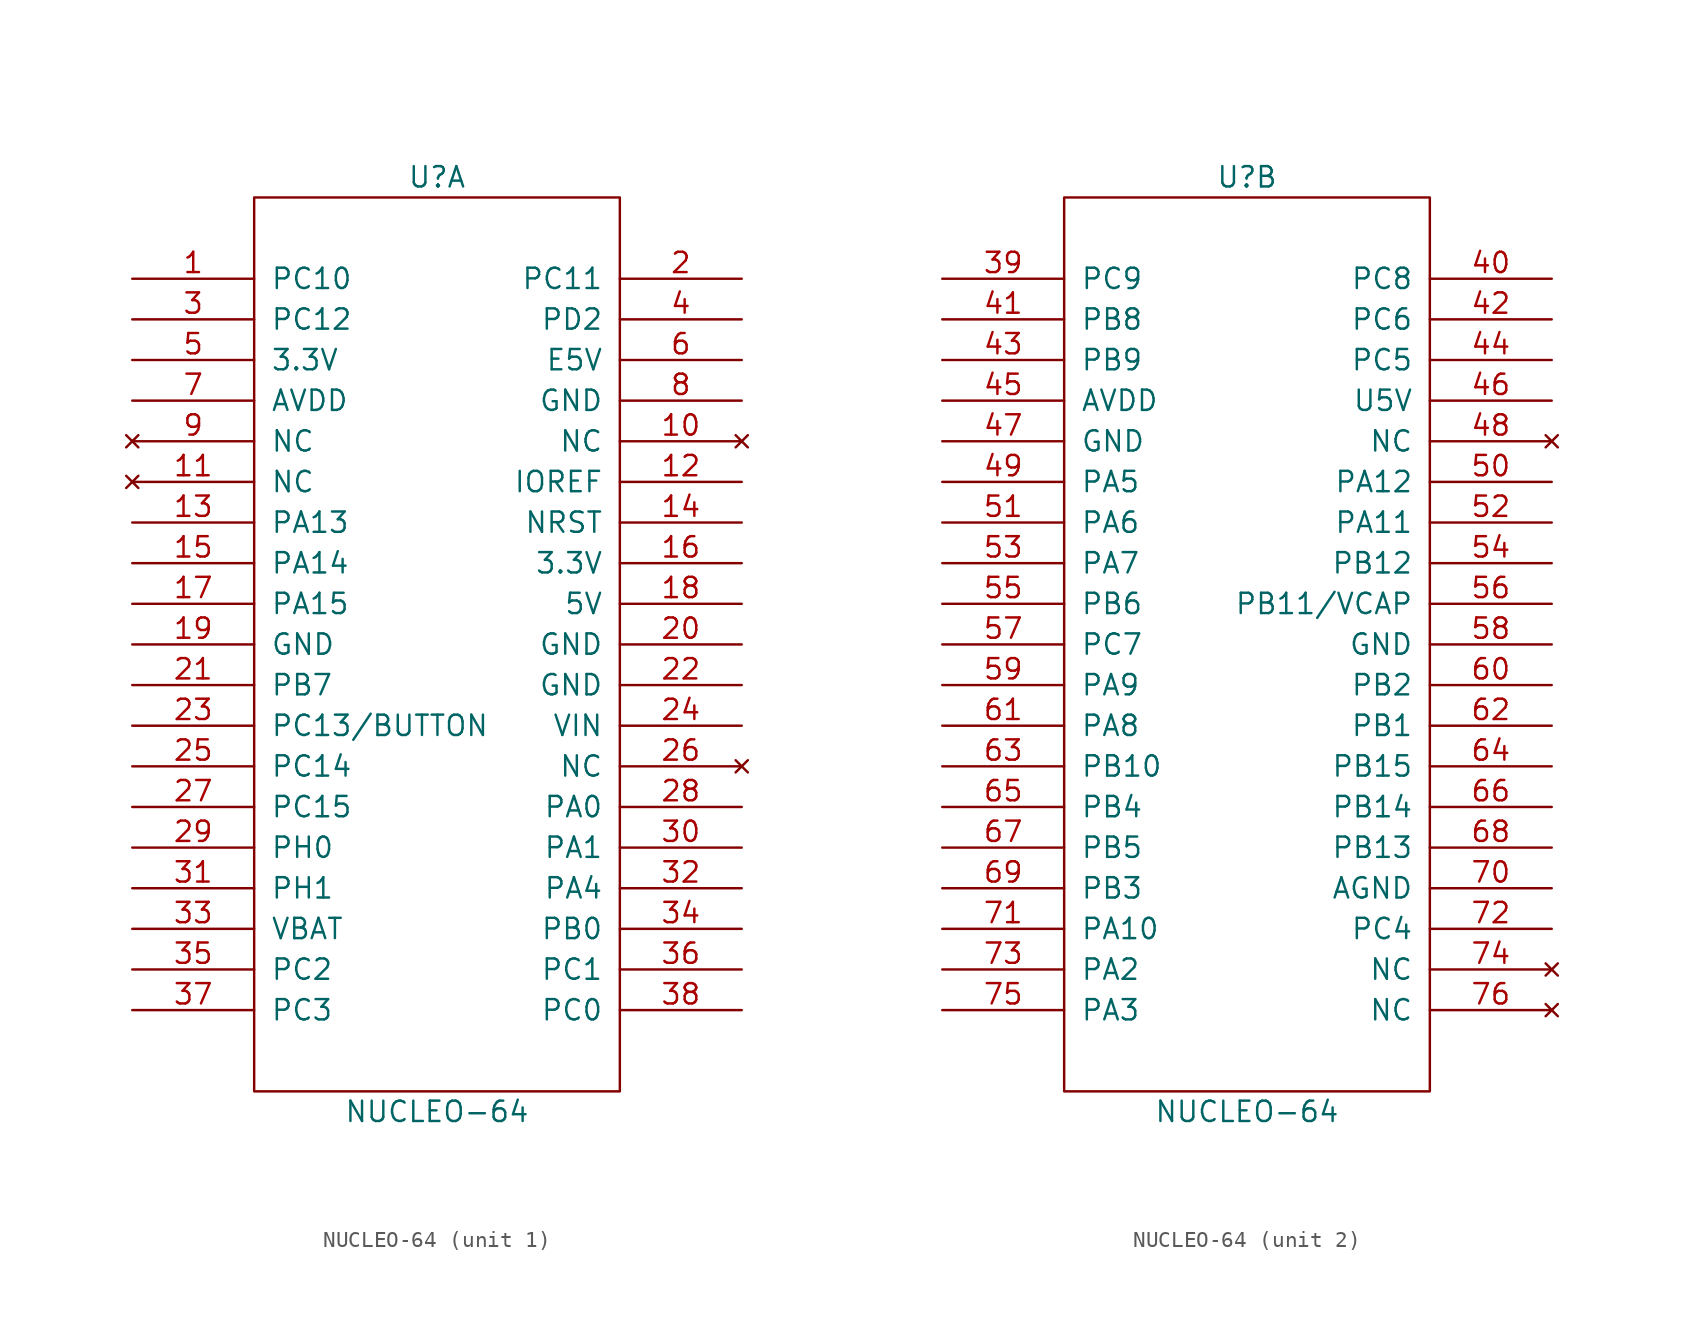
<source format=kicad_sym>
(kicad_symbol_lib
  (version 20220914)
  (generator kicad_symbol_editor)
  (symbol "NUCLEO-64"
    (pin_names
      (offset 1.016))
    (property "Reference" "U"
      (at 0 29.21 0)
      (effects (font (size 1.27 1.27))))
    (property "Value" "NUCLEO-64"
      (at 0 -29.21 0)
      (effects (font (size 1.27 1.27))))
    (symbol "NUCLEO-64_1_0"
      (rectangle (start -11.43 -27.94) (end 11.43 27.94) (stroke (width 0) (type solid)) (fill (type none))))
    (symbol "NUCLEO-64_1_1"
      (pin bidirectional line (at -19.05 22.86 0) (length 7.62) (name "PC10" (effects (font (size 1.27 1.27)))) (number "1" (effects (font (size 1.27 1.27)))))
      (pin no_connect line (at 19.05 12.7 180) (length 7.62) (name "NC" (effects (font (size 1.27 1.27)))) (number "10" (effects (font (size 1.27 1.27)))))
      (pin no_connect line (at -19.05 10.16 0) (length 7.62) (name "NC" (effects (font (size 1.27 1.27)))) (number "11" (effects (font (size 1.27 1.27)))))
      (pin power_out line (at 19.05 10.16 180) (length 7.62) (name "IOREF" (effects (font (size 1.27 1.27)))) (number "12" (effects (font (size 1.27 1.27)))))
      (pin bidirectional line (at -19.05 7.62 0) (length 7.62) (name "PA13" (effects (font (size 1.27 1.27)))) (number "13" (effects (font (size 1.27 1.27)))))
      (pin bidirectional line (at 19.05 7.62 180) (length 7.62) (name "NRST" (effects (font (size 1.27 1.27)))) (number "14" (effects (font (size 1.27 1.27)))))
      (pin bidirectional line (at -19.05 5.08 0) (length 7.62) (name "PA14" (effects (font (size 1.27 1.27)))) (number "15" (effects (font (size 1.27 1.27)))))
      (pin power_out line (at 19.05 5.08 180) (length 7.62) (name "3.3V" (effects (font (size 1.27 1.27)))) (number "16" (effects (font (size 1.27 1.27)))))
      (pin bidirectional line (at -19.05 2.54 0) (length 7.62) (name "PA15" (effects (font (size 1.27 1.27)))) (number "17" (effects (font (size 1.27 1.27)))))
      (pin power_out line (at 19.05 2.54 180) (length 7.62) (name "5V" (effects (font (size 1.27 1.27)))) (number "18" (effects (font (size 1.27 1.27)))))
      (pin power_in line (at -19.05 0 0) (length 7.62) (name "GND" (effects (font (size 1.27 1.27)))) (number "19" (effects (font (size 1.27 1.27)))))
      (pin bidirectional line (at 19.05 22.86 180) (length 7.62) (name "PC11" (effects (font (size 1.27 1.27)))) (number "2" (effects (font (size 1.27 1.27)))))
      (pin power_in line (at 19.05 0 180) (length 7.62) (name "GND" (effects (font (size 1.27 1.27)))) (number "20" (effects (font (size 1.27 1.27)))))
      (pin bidirectional line (at -19.05 -2.54 0) (length 7.62) (name "PB7" (effects (font (size 1.27 1.27)))) (number "21" (effects (font (size 1.27 1.27)))))
      (pin power_in line (at 19.05 -2.54 180) (length 7.62) (name "GND" (effects (font (size 1.27 1.27)))) (number "22" (effects (font (size 1.27 1.27)))))
      (pin bidirectional line (at -19.05 -5.08 0) (length 7.62) (name "PC13/BUTTON" (effects (font (size 1.27 1.27)))) (number "23" (effects (font (size 1.27 1.27)))))
      (pin bidirectional line (at 19.05 -5.08 180) (length 7.62) (name "VIN" (effects (font (size 1.27 1.27)))) (number "24" (effects (font (size 1.27 1.27)))))
      (pin bidirectional line (at -19.05 -7.62 0) (length 7.62) (name "PC14" (effects (font (size 1.27 1.27)))) (number "25" (effects (font (size 1.27 1.27)))))
      (pin no_connect line (at 19.05 -7.62 180) (length 7.62) (name "NC" (effects (font (size 1.27 1.27)))) (number "26" (effects (font (size 1.27 1.27)))))
      (pin bidirectional line (at -19.05 -10.16 0) (length 7.62) (name "PC15" (effects (font (size 1.27 1.27)))) (number "27" (effects (font (size 1.27 1.27)))))
      (pin bidirectional line (at 19.05 -10.16 180) (length 7.62) (name "PA0" (effects (font (size 1.27 1.27)))) (number "28" (effects (font (size 1.27 1.27)))))
      (pin bidirectional line (at -19.05 -12.7 0) (length 7.62) (name "PH0" (effects (font (size 1.27 1.27)))) (number "29" (effects (font (size 1.27 1.27)))))
      (pin bidirectional line (at -19.05 20.32 0) (length 7.62) (name "PC12" (effects (font (size 1.27 1.27)))) (number "3" (effects (font (size 1.27 1.27)))))
      (pin bidirectional line (at 19.05 -12.7 180) (length 7.62) (name "PA1" (effects (font (size 1.27 1.27)))) (number "30" (effects (font (size 1.27 1.27)))))
      (pin bidirectional line (at -19.05 -15.24 0) (length 7.62) (name "PH1" (effects (font (size 1.27 1.27)))) (number "31" (effects (font (size 1.27 1.27)))))
      (pin bidirectional line (at 19.05 -15.24 180) (length 7.62) (name "PA4" (effects (font (size 1.27 1.27)))) (number "32" (effects (font (size 1.27 1.27)))))
      (pin power_in line (at -19.05 -17.78 0) (length 7.62) (name "VBAT" (effects (font (size 1.27 1.27)))) (number "33" (effects (font (size 1.27 1.27)))))
      (pin bidirectional line (at 19.05 -17.78 180) (length 7.62) (name "PB0" (effects (font (size 1.27 1.27)))) (number "34" (effects (font (size 1.27 1.27)))))
      (pin bidirectional line (at -19.05 -20.32 0) (length 7.62) (name "PC2" (effects (font (size 1.27 1.27)))) (number "35" (effects (font (size 1.27 1.27)))))
      (pin bidirectional line (at 19.05 -20.32 180) (length 7.62) (name "PC1" (effects (font (size 1.27 1.27)))) (number "36" (effects (font (size 1.27 1.27)))))
      (pin bidirectional line (at -19.05 -22.86 0) (length 7.62) (name "PC3" (effects (font (size 1.27 1.27)))) (number "37" (effects (font (size 1.27 1.27)))))
      (pin bidirectional line (at 19.05 -22.86 180) (length 7.62) (name "PC0" (effects (font (size 1.27 1.27)))) (number "38" (effects (font (size 1.27 1.27)))))
      (pin bidirectional line (at 19.05 20.32 180) (length 7.62) (name "PD2" (effects (font (size 1.27 1.27)))) (number "4" (effects (font (size 1.27 1.27)))))
      (pin power_in line (at -19.05 17.78 0) (length 7.62) (name "3.3V" (effects (font (size 1.27 1.27)))) (number "5" (effects (font (size 1.27 1.27)))))
      (pin power_in line (at 19.05 17.78 180) (length 7.62) (name "E5V" (effects (font (size 1.27 1.27)))) (number "6" (effects (font (size 1.27 1.27)))))
      (pin power_in line (at -19.05 15.24 0) (length 7.62) (name "AVDD" (effects (font (size 1.27 1.27)))) (number "7" (effects (font (size 1.27 1.27)))))
      (pin power_in line (at 19.05 15.24 180) (length 7.62) (name "GND" (effects (font (size 1.27 1.27)))) (number "8" (effects (font (size 1.27 1.27)))))
      (pin no_connect line (at -19.05 12.7 0) (length 7.62) (name "NC" (effects (font (size 1.27 1.27)))) (number "9" (effects (font (size 1.27 1.27))))))
    (symbol "NUCLEO-64_2_0"
      (rectangle (start -11.43 -27.94) (end 11.43 27.94) (stroke (width 0) (type solid)) (fill (type none))))
    (symbol "NUCLEO-64_2_1"
      (pin bidirectional line (at -19.05 22.86 0) (length 7.62) (name "PC9" (effects (font (size 1.27 1.27)))) (number "39" (effects (font (size 1.27 1.27)))))
      (pin bidirectional line (at 19.05 22.86 180) (length 7.62) (name "PC8" (effects (font (size 1.27 1.27)))) (number "40" (effects (font (size 1.27 1.27)))))
      (pin bidirectional line (at -19.05 20.32 0) (length 7.62) (name "PB8" (effects (font (size 1.27 1.27)))) (number "41" (effects (font (size 1.27 1.27)))))
      (pin bidirectional line (at 19.05 20.32 180) (length 7.62) (name "PC6" (effects (font (size 1.27 1.27)))) (number "42" (effects (font (size 1.27 1.27)))))
      (pin bidirectional line (at -19.05 17.78 0) (length 7.62) (name "PB9" (effects (font (size 1.27 1.27)))) (number "43" (effects (font (size 1.27 1.27)))))
      (pin bidirectional line (at 19.05 17.78 180) (length 7.62) (name "PC5" (effects (font (size 1.27 1.27)))) (number "44" (effects (font (size 1.27 1.27)))))
      (pin power_in line (at -19.05 15.24 0) (length 7.62) (name "AVDD" (effects (font (size 1.27 1.27)))) (number "45" (effects (font (size 1.27 1.27)))))
      (pin power_out line (at 19.05 15.24 180) (length 7.62) (name "U5V" (effects (font (size 1.27 1.27)))) (number "46" (effects (font (size 1.27 1.27)))))
      (pin power_in line (at -19.05 12.7 0) (length 7.62) (name "GND" (effects (font (size 1.27 1.27)))) (number "47" (effects (font (size 1.27 1.27)))))
      (pin no_connect line (at 19.05 12.7 180) (length 7.62) (name "NC" (effects (font (size 1.27 1.27)))) (number "48" (effects (font (size 1.27 1.27)))))
      (pin bidirectional line (at -19.05 10.16 0) (length 7.62) (name "PA5" (effects (font (size 1.27 1.27)))) (number "49" (effects (font (size 1.27 1.27)))))
      (pin bidirectional line (at 19.05 10.16 180) (length 7.62) (name "PA12" (effects (font (size 1.27 1.27)))) (number "50" (effects (font (size 1.27 1.27)))))
      (pin bidirectional line (at -19.05 7.62 0) (length 7.62) (name "PA6" (effects (font (size 1.27 1.27)))) (number "51" (effects (font (size 1.27 1.27)))))
      (pin bidirectional line (at 19.05 7.62 180) (length 7.62) (name "PA11" (effects (font (size 1.27 1.27)))) (number "52" (effects (font (size 1.27 1.27)))))
      (pin bidirectional line (at -19.05 5.08 0) (length 7.62) (name "PA7" (effects (font (size 1.27 1.27)))) (number "53" (effects (font (size 1.27 1.27)))))
      (pin bidirectional line (at 19.05 5.08 180) (length 7.62) (name "PB12" (effects (font (size 1.27 1.27)))) (number "54" (effects (font (size 1.27 1.27)))))
      (pin bidirectional line (at -19.05 2.54 0) (length 7.62) (name "PB6" (effects (font (size 1.27 1.27)))) (number "55" (effects (font (size 1.27 1.27)))))
      (pin bidirectional line (at 19.05 2.54 180) (length 7.62) (name "PB11/VCAP" (effects (font (size 1.27 1.27)))) (number "56" (effects (font (size 1.27 1.27)))))
      (pin bidirectional line (at -19.05 0 0) (length 7.62) (name "PC7" (effects (font (size 1.27 1.27)))) (number "57" (effects (font (size 1.27 1.27)))))
      (pin power_in line (at 19.05 0 180) (length 7.62) (name "GND" (effects (font (size 1.27 1.27)))) (number "58" (effects (font (size 1.27 1.27)))))
      (pin bidirectional line (at -19.05 -2.54 0) (length 7.62) (name "PA9" (effects (font (size 1.27 1.27)))) (number "59" (effects (font (size 1.27 1.27)))))
      (pin bidirectional line (at 19.05 -2.54 180) (length 7.62) (name "PB2" (effects (font (size 1.27 1.27)))) (number "60" (effects (font (size 1.27 1.27)))))
      (pin bidirectional line (at -19.05 -5.08 0) (length 7.62) (name "PA8" (effects (font (size 1.27 1.27)))) (number "61" (effects (font (size 1.27 1.27)))))
      (pin bidirectional line (at 19.05 -5.08 180) (length 7.62) (name "PB1" (effects (font (size 1.27 1.27)))) (number "62" (effects (font (size 1.27 1.27)))))
      (pin bidirectional line (at -19.05 -7.62 0) (length 7.62) (name "PB10" (effects (font (size 1.27 1.27)))) (number "63" (effects (font (size 1.27 1.27)))))
      (pin bidirectional line (at 19.05 -7.62 180) (length 7.62) (name "PB15" (effects (font (size 1.27 1.27)))) (number "64" (effects (font (size 1.27 1.27)))))
      (pin bidirectional line (at -19.05 -10.16 0) (length 7.62) (name "PB4" (effects (font (size 1.27 1.27)))) (number "65" (effects (font (size 1.27 1.27)))))
      (pin bidirectional line (at 19.05 -10.16 180) (length 7.62) (name "PB14" (effects (font (size 1.27 1.27)))) (number "66" (effects (font (size 1.27 1.27)))))
      (pin bidirectional line (at -19.05 -12.7 0) (length 7.62) (name "PB5" (effects (font (size 1.27 1.27)))) (number "67" (effects (font (size 1.27 1.27)))))
      (pin bidirectional line (at 19.05 -12.7 180) (length 7.62) (name "PB13" (effects (font (size 1.27 1.27)))) (number "68" (effects (font (size 1.27 1.27)))))
      (pin bidirectional line (at -19.05 -15.24 0) (length 7.62) (name "PB3" (effects (font (size 1.27 1.27)))) (number "69" (effects (font (size 1.27 1.27)))))
      (pin power_in line (at 19.05 -15.24 180) (length 7.62) (name "AGND" (effects (font (size 1.27 1.27)))) (number "70" (effects (font (size 1.27 1.27)))))
      (pin bidirectional line (at -19.05 -17.78 0) (length 7.62) (name "PA10" (effects (font (size 1.27 1.27)))) (number "71" (effects (font (size 1.27 1.27)))))
      (pin bidirectional line (at 19.05 -17.78 180) (length 7.62) (name "PC4" (effects (font (size 1.27 1.27)))) (number "72" (effects (font (size 1.27 1.27)))))
      (pin bidirectional line (at -19.05 -20.32 0) (length 7.62) (name "PA2" (effects (font (size 1.27 1.27)))) (number "73" (effects (font (size 1.27 1.27)))))
      (pin no_connect line (at 19.05 -20.32 180) (length 7.62) (name "NC" (effects (font (size 1.27 1.27)))) (number "74" (effects (font (size 1.27 1.27)))))
      (pin bidirectional line (at -19.05 -22.86 0) (length 7.62) (name "PA3" (effects (font (size 1.27 1.27)))) (number "75" (effects (font (size 1.27 1.27)))))
      (pin no_connect line (at 19.05 -22.86 180) (length 7.62) (name "NC" (effects (font (size 1.27 1.27)))) (number "76" (effects (font (size 1.27 1.27))))))))
</source>
